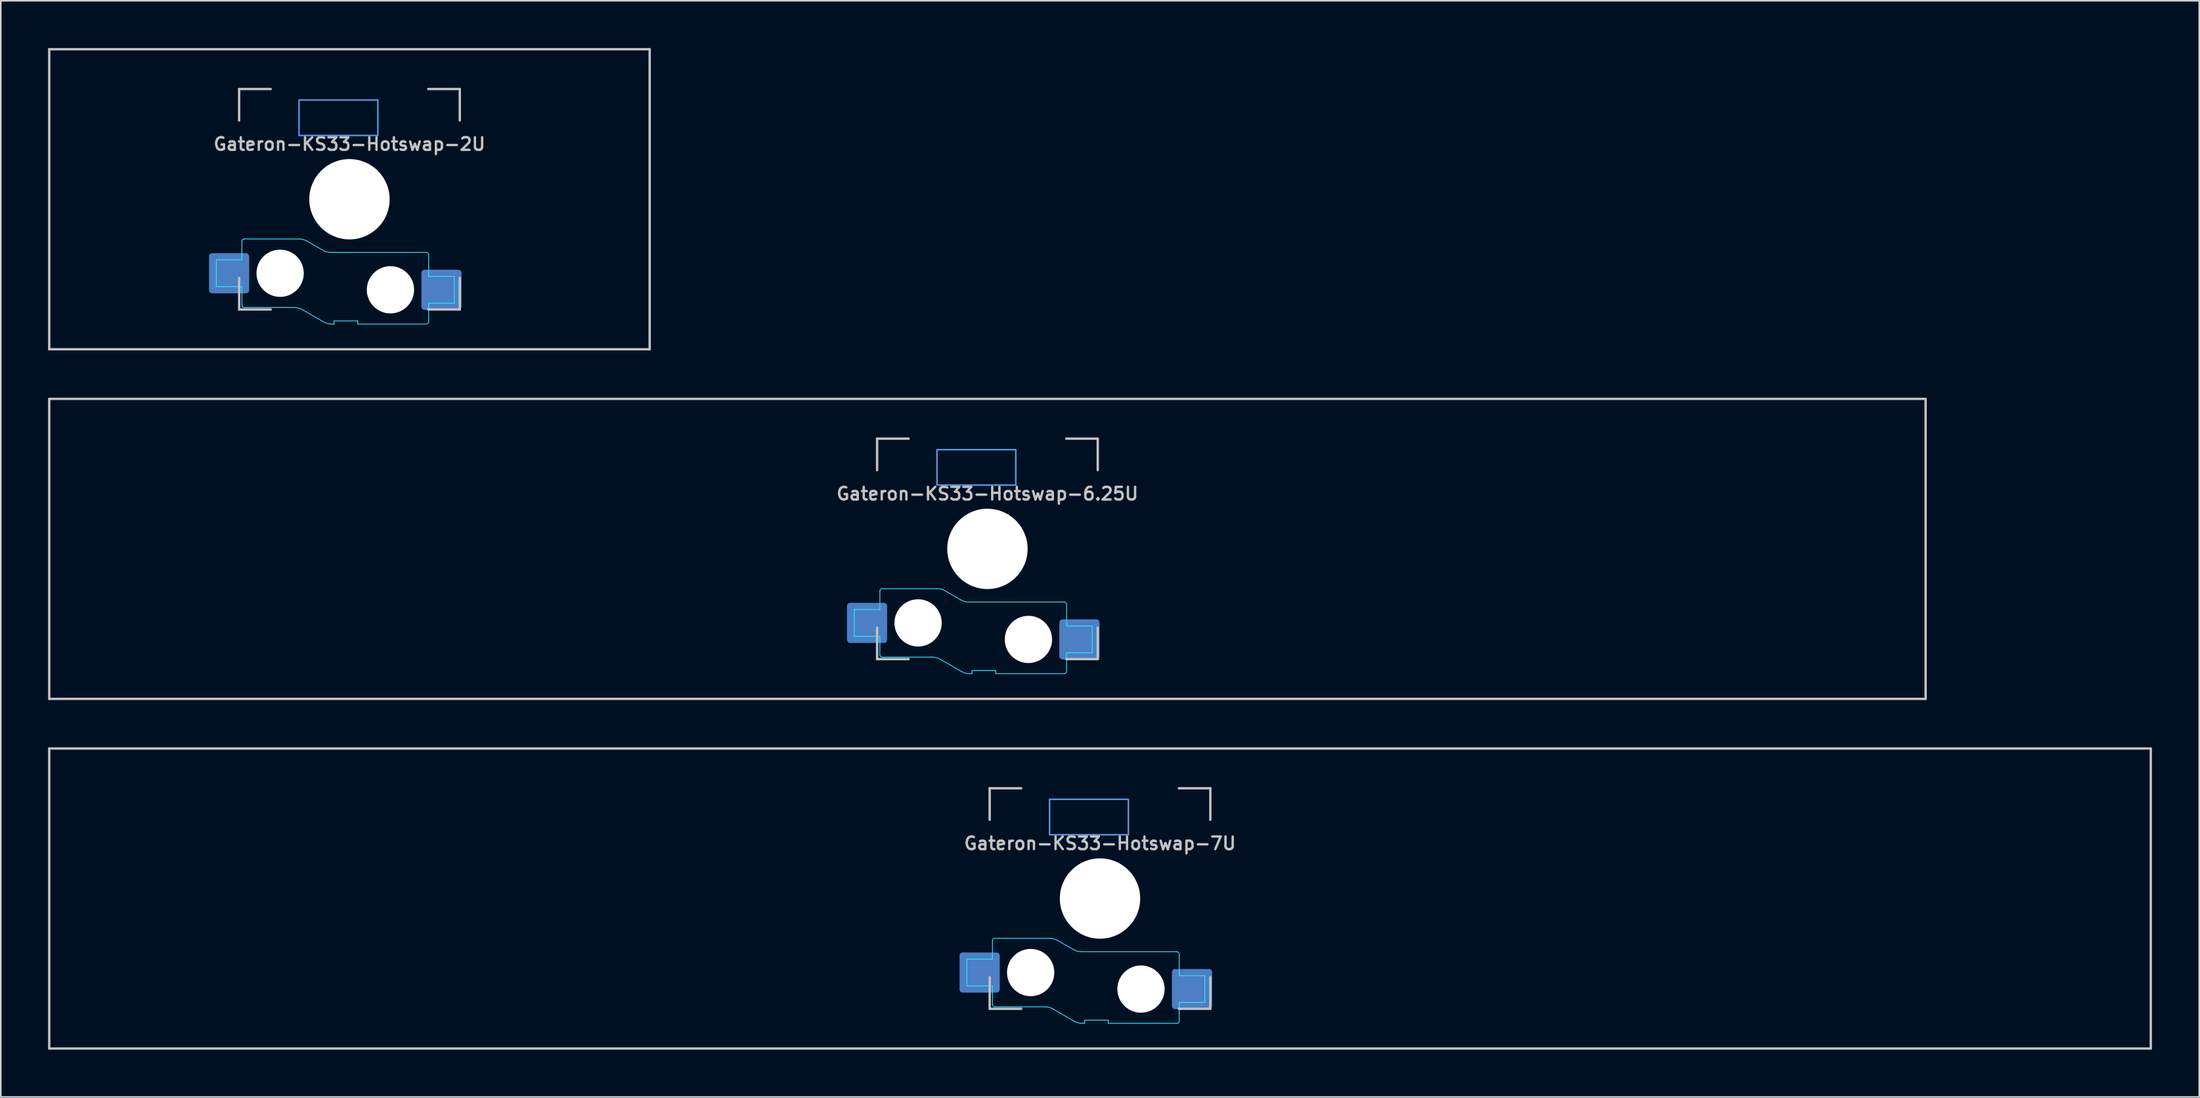
<source format=kicad_pcb>
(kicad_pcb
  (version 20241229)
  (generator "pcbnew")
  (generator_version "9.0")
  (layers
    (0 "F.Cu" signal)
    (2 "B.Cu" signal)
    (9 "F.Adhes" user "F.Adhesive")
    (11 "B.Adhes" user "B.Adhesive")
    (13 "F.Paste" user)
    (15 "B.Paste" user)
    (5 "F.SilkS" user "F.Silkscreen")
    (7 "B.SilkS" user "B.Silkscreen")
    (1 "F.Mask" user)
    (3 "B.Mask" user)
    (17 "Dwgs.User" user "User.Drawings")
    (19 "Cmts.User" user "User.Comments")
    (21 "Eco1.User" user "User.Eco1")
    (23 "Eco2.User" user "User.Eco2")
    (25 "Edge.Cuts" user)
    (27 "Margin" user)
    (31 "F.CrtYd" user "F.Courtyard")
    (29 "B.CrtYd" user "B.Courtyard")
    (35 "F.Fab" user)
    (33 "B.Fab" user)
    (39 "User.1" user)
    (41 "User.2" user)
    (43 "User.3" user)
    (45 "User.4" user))
  (footprint "Gateron-KS33-Hotswap-7U"
    (layer "F.Cu")
    (at 66.75 54)
    (property "Reference" "Gateron-KS33-Hotswap-7U" (at 0 -3.5 0) (layer "Dwgs.User") (effects (font (size 0.8 0.8) (thickness 0.15))))
    (attr smd)
    (fp_line (start -66.675 9.525) (end -66.675 -9.525) (stroke (width 0.15) (type solid)) (layer "Dwgs.User"))
    (fp_line (start -7 -7) (end -7 -5) (stroke (width 0.15) (type solid)) (layer "Dwgs.User"))
    (fp_line (start -7 5) (end -7 7) (stroke (width 0.15) (type solid)) (layer "Dwgs.User"))
    (fp_line (start -7 7) (end -5 7) (stroke (width 0.15) (type solid)) (layer "Dwgs.User"))
    (fp_line (start -5 -7) (end -7 -7) (stroke (width 0.15) (type solid)) (layer "Dwgs.User"))
    (fp_line (start 5 -7) (end 7 -7) (stroke (width 0.15) (type solid)) (layer "Dwgs.User"))
    (fp_line (start 5 7) (end 7 7) (stroke (width 0.15) (type solid)) (layer "Dwgs.User"))
    (fp_line (start 7 -7) (end 7 -5) (stroke (width 0.15) (type solid)) (layer "Dwgs.User"))
    (fp_line (start 7 7) (end 7 5) (stroke (width 0.15) (type solid)) (layer "Dwgs.User"))
    (fp_line (start 66.675 -9.525) (end -66.675 -9.525) (stroke (width 0.15) (type solid)) (layer "Dwgs.User"))
    (fp_line (start 66.675 9.525) (end -66.675 9.525) (stroke (width 0.15) (type solid)) (layer "Dwgs.User"))
    (fp_line (start 66.675 9.525) (end 66.675 -9.525) (stroke (width 0.15) (type solid)) (layer "Dwgs.User"))
    (fp_rect (start -3.2 -6.3) (end 1.8 -4.05) (stroke (width 0.1) (type default)) (fill no) (layer "Cmts.User"))
    (fp_line (start -8.45 3.85) (end -8.45 5.55) (stroke (width 0.05) (type solid)) (layer "B.CrtYd"))
    (fp_line (start -8.45 5.55) (end -6.825 5.55) (stroke (width 0.05) (type solid)) (layer "B.CrtYd"))
    (fp_line (start -6.825 2.675) (end -6.825 3.85) (stroke (width 0.05) (type solid)) (layer "B.CrtYd"))
    (fp_line (start -6.825 3.85) (end -8.45 3.85) (stroke (width 0.05) (type solid)) (layer "B.CrtYd"))
    (fp_line (start -6.825 5.55) (end -6.825 6.725) (stroke (width 0.05) (type solid)) (layer "B.CrtYd"))
    (fp_line (start -6.675 6.875) (end -3.493 6.875) (stroke (width 0.05) (type solid)) (layer "B.CrtYd"))
    (fp_line (start -3.193 2.525) (end -6.675 2.525) (stroke (width 0.05) (type solid)) (layer "B.CrtYd"))
    (fp_line (start -2.993 7.009) (end -1.638 7.791) (stroke (width 0.05) (type solid)) (layer "B.CrtYd"))
    (fp_line (start -1.685 3.241) (end -2.693 2.659) (stroke (width 0.05) (type solid)) (layer "B.CrtYd"))
    (fp_line (start -1.138 7.925) (end -0.975 7.925) (stroke (width 0.05) (type solid)) (layer "B.CrtYd"))
    (fp_line (start -0.975 7.725) (end 0.525 7.725) (stroke (width 0.05) (type solid)) (layer "B.CrtYd"))
    (fp_line (start -0.975 7.925) (end -0.975 7.725) (stroke (width 0.05) (type solid)) (layer "B.CrtYd"))
    (fp_line (start 0.525 7.725) (end 0.525 7.925) (stroke (width 0.05) (type solid)) (layer "B.CrtYd"))
    (fp_line (start 0.525 7.925) (end 4.875 7.925) (stroke (width 0.05) (type solid)) (layer "B.CrtYd"))
    (fp_line (start 4.875 3.375) (end -1.185 3.375) (stroke (width 0.05) (type solid)) (layer "B.CrtYd"))
    (fp_line (start 5.025 4.9) (end 5.025 3.525) (stroke (width 0.05) (type solid)) (layer "B.CrtYd"))
    (fp_line (start 5.025 6.6) (end 6.65 6.6) (stroke (width 0.05) (type solid)) (layer "B.CrtYd"))
    (fp_line (start 5.025 7.775) (end 5.025 6.6) (stroke (width 0.05) (type solid)) (layer "B.CrtYd"))
    (fp_line (start 6.65 4.9) (end 5.025 4.9) (stroke (width 0.05) (type solid)) (layer "B.CrtYd"))
    (fp_line (start 6.65 6.6) (end 6.65 4.9) (stroke (width 0.05) (type solid)) (layer "B.CrtYd"))
    (fp_arc (start -6.825 2.675) (mid -6.781066 2.568934) (end -6.675 2.525) (stroke (width 0.05) (type solid)) (layer "B.CrtYd"))
    (fp_arc (start -6.675 6.875) (mid -6.781066 6.831066) (end -6.825 6.725) (stroke (width 0.05) (type solid)) (layer "B.CrtYd"))
    (fp_arc (start -3.492949 6.875) (mid -3.23413 6.909074) (end -2.992949 7.008975) (stroke (width 0.05) (type solid)) (layer "B.CrtYd"))
    (fp_arc (start -3.192949 2.525) (mid -2.93413 2.559074) (end -2.692949 2.658975) (stroke (width 0.05) (type solid)) (layer "B.CrtYd"))
    (fp_arc (start -1.184808 3.375) (mid -1.443627 3.340926) (end -1.684808 3.241025) (stroke (width 0.05) (type solid)) (layer "B.CrtYd"))
    (fp_arc (start -1.138397 7.925) (mid -1.397216 7.890926) (end -1.638397 7.791025) (stroke (width 0.05) (type solid)) (layer "B.CrtYd"))
    (fp_arc (start 4.875 3.375) (mid 4.981066 3.418934) (end 5.025 3.525) (stroke (width 0.05) (type solid)) (layer "B.CrtYd"))
    (fp_arc (start 5.025 7.775) (mid 4.981066 7.881066) (end 4.875 7.925) (stroke (width 0.05) (type solid)) (layer "B.CrtYd"))
    (pad "" np_thru_hole circle (at -4.4 4.7 180) (size 3 3) (drill 3) (layers "*.Cu" "*.Mask"))
    (pad "" np_thru_hole circle (at 0 0 180) (size 5.1 5.1) (drill 5.1) (layers "*.Cu" "*.Mask"))
    (pad "" np_thru_hole circle (at 2.6 5.75 180) (size 3 3) (drill 3) (layers "*.Cu" "*.Mask"))
    (pad "1" smd roundrect (at -7.638 4.7 180) (size 2.55 2.55) (layers "B.Cu" "B.Mask" "B.Paste") (roundrect_rratio 0.078))
    (pad "2" smd roundrect (at 5.838 5.75 180) (size 2.55 2.55) (layers "B.Cu" "B.Mask" "B.Paste") (roundrect_rratio 0.078)))
  (footprint "Gateron-KS33-Hotswap-6.25U"
    (layer "F.Cu")
    (at 59.606 31.8)
    (property "Reference" "Gateron-KS33-Hotswap-6.25U" (at 0 -3.5 0) (layer "Dwgs.User") (effects (font (size 0.8 0.8) (thickness 0.15))))
    (attr smd)
    (fp_line (start -59.531 9.525) (end -59.531 -9.525) (stroke (width 0.15) (type solid)) (layer "Dwgs.User"))
    (fp_line (start -7 -7) (end -7 -5) (stroke (width 0.15) (type solid)) (layer "Dwgs.User"))
    (fp_line (start -7 5) (end -7 7) (stroke (width 0.15) (type solid)) (layer "Dwgs.User"))
    (fp_line (start -7 7) (end -5 7) (stroke (width 0.15) (type solid)) (layer "Dwgs.User"))
    (fp_line (start -5 -7) (end -7 -7) (stroke (width 0.15) (type solid)) (layer "Dwgs.User"))
    (fp_line (start 5 -7) (end 7 -7) (stroke (width 0.15) (type solid)) (layer "Dwgs.User"))
    (fp_line (start 5 7) (end 7 7) (stroke (width 0.15) (type solid)) (layer "Dwgs.User"))
    (fp_line (start 7 -7) (end 7 -5) (stroke (width 0.15) (type solid)) (layer "Dwgs.User"))
    (fp_line (start 7 7) (end 7 5) (stroke (width 0.15) (type solid)) (layer "Dwgs.User"))
    (fp_line (start 59.531 -9.525) (end -59.531 -9.525) (stroke (width 0.15) (type solid)) (layer "Dwgs.User"))
    (fp_line (start 59.531 9.525) (end -59.531 9.525) (stroke (width 0.15) (type solid)) (layer "Dwgs.User"))
    (fp_line (start 59.531 9.525) (end 59.531 -9.525) (stroke (width 0.15) (type solid)) (layer "Dwgs.User"))
    (fp_rect (start -3.2 -6.3) (end 1.8 -4.05) (stroke (width 0.1) (type default)) (fill no) (layer "Cmts.User"))
    (fp_line (start -8.45 3.85) (end -8.45 5.55) (stroke (width 0.05) (type solid)) (layer "B.CrtYd"))
    (fp_line (start -8.45 5.55) (end -6.825 5.55) (stroke (width 0.05) (type solid)) (layer "B.CrtYd"))
    (fp_line (start -6.825 2.675) (end -6.825 3.85) (stroke (width 0.05) (type solid)) (layer "B.CrtYd"))
    (fp_line (start -6.825 3.85) (end -8.45 3.85) (stroke (width 0.05) (type solid)) (layer "B.CrtYd"))
    (fp_line (start -6.825 5.55) (end -6.825 6.725) (stroke (width 0.05) (type solid)) (layer "B.CrtYd"))
    (fp_line (start -6.675 6.875) (end -3.493 6.875) (stroke (width 0.05) (type solid)) (layer "B.CrtYd"))
    (fp_line (start -3.193 2.525) (end -6.675 2.525) (stroke (width 0.05) (type solid)) (layer "B.CrtYd"))
    (fp_line (start -2.993 7.009) (end -1.638 7.791) (stroke (width 0.05) (type solid)) (layer "B.CrtYd"))
    (fp_line (start -1.685 3.241) (end -2.693 2.659) (stroke (width 0.05) (type solid)) (layer "B.CrtYd"))
    (fp_line (start -1.138 7.925) (end -0.975 7.925) (stroke (width 0.05) (type solid)) (layer "B.CrtYd"))
    (fp_line (start -0.975 7.725) (end 0.525 7.725) (stroke (width 0.05) (type solid)) (layer "B.CrtYd"))
    (fp_line (start -0.975 7.925) (end -0.975 7.725) (stroke (width 0.05) (type solid)) (layer "B.CrtYd"))
    (fp_line (start 0.525 7.725) (end 0.525 7.925) (stroke (width 0.05) (type solid)) (layer "B.CrtYd"))
    (fp_line (start 0.525 7.925) (end 4.875 7.925) (stroke (width 0.05) (type solid)) (layer "B.CrtYd"))
    (fp_line (start 4.875 3.375) (end -1.185 3.375) (stroke (width 0.05) (type solid)) (layer "B.CrtYd"))
    (fp_line (start 5.025 4.9) (end 5.025 3.525) (stroke (width 0.05) (type solid)) (layer "B.CrtYd"))
    (fp_line (start 5.025 6.6) (end 6.65 6.6) (stroke (width 0.05) (type solid)) (layer "B.CrtYd"))
    (fp_line (start 5.025 7.775) (end 5.025 6.6) (stroke (width 0.05) (type solid)) (layer "B.CrtYd"))
    (fp_line (start 6.65 4.9) (end 5.025 4.9) (stroke (width 0.05) (type solid)) (layer "B.CrtYd"))
    (fp_line (start 6.65 6.6) (end 6.65 4.9) (stroke (width 0.05) (type solid)) (layer "B.CrtYd"))
    (fp_arc (start -6.825 2.675) (mid -6.781066 2.568934) (end -6.675 2.525) (stroke (width 0.05) (type solid)) (layer "B.CrtYd"))
    (fp_arc (start -6.675 6.875) (mid -6.781066 6.831066) (end -6.825 6.725) (stroke (width 0.05) (type solid)) (layer "B.CrtYd"))
    (fp_arc (start -3.492949 6.875) (mid -3.23413 6.909074) (end -2.992949 7.008975) (stroke (width 0.05) (type solid)) (layer "B.CrtYd"))
    (fp_arc (start -3.192949 2.525) (mid -2.93413 2.559074) (end -2.692949 2.658975) (stroke (width 0.05) (type solid)) (layer "B.CrtYd"))
    (fp_arc (start -1.184808 3.375) (mid -1.443627 3.340926) (end -1.684808 3.241025) (stroke (width 0.05) (type solid)) (layer "B.CrtYd"))
    (fp_arc (start -1.138397 7.925) (mid -1.397216 7.890926) (end -1.638397 7.791025) (stroke (width 0.05) (type solid)) (layer "B.CrtYd"))
    (fp_arc (start 4.875 3.375) (mid 4.981066 3.418934) (end 5.025 3.525) (stroke (width 0.05) (type solid)) (layer "B.CrtYd"))
    (fp_arc (start 5.025 7.775) (mid 4.981066 7.881066) (end 4.875 7.925) (stroke (width 0.05) (type solid)) (layer "B.CrtYd"))
    (pad "" np_thru_hole circle (at -4.4 4.7 180) (size 3 3) (drill 3) (layers "*.Cu" "*.Mask"))
    (pad "" np_thru_hole circle (at 0 0 180) (size 5.1 5.1) (drill 5.1) (layers "*.Cu" "*.Mask"))
    (pad "" np_thru_hole circle (at 2.6 5.75 180) (size 3 3) (drill 3) (layers "*.Cu" "*.Mask"))
    (pad "1" smd roundrect (at -7.638 4.7 180) (size 2.55 2.55) (layers "B.Cu" "B.Mask" "B.Paste") (roundrect_rratio 0.078))
    (pad "2" smd roundrect (at 5.838 5.75 180) (size 2.55 2.55) (layers "B.Cu" "B.Mask" "B.Paste") (roundrect_rratio 0.078)))
  (footprint "Gateron-KS33-Hotswap-2U"
    (layer "F.Cu")
    (at 19.125 9.6)
    (property "Reference" "Gateron-KS33-Hotswap-2U" (at 0 -3.5 0) (layer "Dwgs.User") (effects (font (size 0.8 0.8) (thickness 0.15))))
    (attr smd)
    (fp_line (start -19.05 9.525) (end -19.05 -9.525) (stroke (width 0.15) (type solid)) (layer "Dwgs.User"))
    (fp_line (start -7 -7) (end -7 -5) (stroke (width 0.15) (type solid)) (layer "Dwgs.User"))
    (fp_line (start -7 5) (end -7 7) (stroke (width 0.15) (type solid)) (layer "Dwgs.User"))
    (fp_line (start -7 7) (end -5 7) (stroke (width 0.15) (type solid)) (layer "Dwgs.User"))
    (fp_line (start -5 -7) (end -7 -7) (stroke (width 0.15) (type solid)) (layer "Dwgs.User"))
    (fp_line (start 5 -7) (end 7 -7) (stroke (width 0.15) (type solid)) (layer "Dwgs.User"))
    (fp_line (start 5 7) (end 7 7) (stroke (width 0.15) (type solid)) (layer "Dwgs.User"))
    (fp_line (start 7 -7) (end 7 -5) (stroke (width 0.15) (type solid)) (layer "Dwgs.User"))
    (fp_line (start 7 7) (end 7 5) (stroke (width 0.15) (type solid)) (layer "Dwgs.User"))
    (fp_line (start 19.05 -9.525) (end -19.05 -9.525) (stroke (width 0.15) (type solid)) (layer "Dwgs.User"))
    (fp_line (start 19.05 9.525) (end -19.05 9.525) (stroke (width 0.15) (type solid)) (layer "Dwgs.User"))
    (fp_line (start 19.05 9.525) (end 19.05 -9.525) (stroke (width 0.15) (type solid)) (layer "Dwgs.User"))
    (fp_rect (start -3.2 -6.3) (end 1.8 -4.05) (stroke (width 0.1) (type default)) (fill no) (layer "Cmts.User"))
    (fp_line (start -8.45 3.85) (end -8.45 5.55) (stroke (width 0.05) (type solid)) (layer "B.CrtYd"))
    (fp_line (start -8.45 5.55) (end -6.825 5.55) (stroke (width 0.05) (type solid)) (layer "B.CrtYd"))
    (fp_line (start -6.825 2.675) (end -6.825 3.85) (stroke (width 0.05) (type solid)) (layer "B.CrtYd"))
    (fp_line (start -6.825 3.85) (end -8.45 3.85) (stroke (width 0.05) (type solid)) (layer "B.CrtYd"))
    (fp_line (start -6.825 5.55) (end -6.825 6.725) (stroke (width 0.05) (type solid)) (layer "B.CrtYd"))
    (fp_line (start -6.675 6.875) (end -3.493 6.875) (stroke (width 0.05) (type solid)) (layer "B.CrtYd"))
    (fp_line (start -3.193 2.525) (end -6.675 2.525) (stroke (width 0.05) (type solid)) (layer "B.CrtYd"))
    (fp_line (start -2.993 7.009) (end -1.638 7.791) (stroke (width 0.05) (type solid)) (layer "B.CrtYd"))
    (fp_line (start -1.685 3.241) (end -2.693 2.659) (stroke (width 0.05) (type solid)) (layer "B.CrtYd"))
    (fp_line (start -1.138 7.925) (end -0.975 7.925) (stroke (width 0.05) (type solid)) (layer "B.CrtYd"))
    (fp_line (start -0.975 7.725) (end 0.525 7.725) (stroke (width 0.05) (type solid)) (layer "B.CrtYd"))
    (fp_line (start -0.975 7.925) (end -0.975 7.725) (stroke (width 0.05) (type solid)) (layer "B.CrtYd"))
    (fp_line (start 0.525 7.725) (end 0.525 7.925) (stroke (width 0.05) (type solid)) (layer "B.CrtYd"))
    (fp_line (start 0.525 7.925) (end 4.875 7.925) (stroke (width 0.05) (type solid)) (layer "B.CrtYd"))
    (fp_line (start 4.875 3.375) (end -1.185 3.375) (stroke (width 0.05) (type solid)) (layer "B.CrtYd"))
    (fp_line (start 5.025 4.9) (end 5.025 3.525) (stroke (width 0.05) (type solid)) (layer "B.CrtYd"))
    (fp_line (start 5.025 6.6) (end 6.65 6.6) (stroke (width 0.05) (type solid)) (layer "B.CrtYd"))
    (fp_line (start 5.025 7.775) (end 5.025 6.6) (stroke (width 0.05) (type solid)) (layer "B.CrtYd"))
    (fp_line (start 6.65 4.9) (end 5.025 4.9) (stroke (width 0.05) (type solid)) (layer "B.CrtYd"))
    (fp_line (start 6.65 6.6) (end 6.65 4.9) (stroke (width 0.05) (type solid)) (layer "B.CrtYd"))
    (fp_arc (start -6.825 2.675) (mid -6.781066 2.568934) (end -6.675 2.525) (stroke (width 0.05) (type solid)) (layer "B.CrtYd"))
    (fp_arc (start -6.675 6.875) (mid -6.781066 6.831066) (end -6.825 6.725) (stroke (width 0.05) (type solid)) (layer "B.CrtYd"))
    (fp_arc (start -3.492949 6.875) (mid -3.23413 6.909074) (end -2.992949 7.008975) (stroke (width 0.05) (type solid)) (layer "B.CrtYd"))
    (fp_arc (start -3.192949 2.525) (mid -2.93413 2.559074) (end -2.692949 2.658975) (stroke (width 0.05) (type solid)) (layer "B.CrtYd"))
    (fp_arc (start -1.184808 3.375) (mid -1.443627 3.340926) (end -1.684808 3.241025) (stroke (width 0.05) (type solid)) (layer "B.CrtYd"))
    (fp_arc (start -1.138397 7.925) (mid -1.397216 7.890926) (end -1.638397 7.791025) (stroke (width 0.05) (type solid)) (layer "B.CrtYd"))
    (fp_arc (start 4.875 3.375) (mid 4.981066 3.418934) (end 5.025 3.525) (stroke (width 0.05) (type solid)) (layer "B.CrtYd"))
    (fp_arc (start 5.025 7.775) (mid 4.981066 7.881066) (end 4.875 7.925) (stroke (width 0.05) (type solid)) (layer "B.CrtYd"))
    (pad "" np_thru_hole circle (at -4.4 4.7 180) (size 3 3) (drill 3) (layers "*.Cu" "*.Mask"))
    (pad "" np_thru_hole circle (at 0 0 180) (size 5.1 5.1) (drill 5.1) (layers "*.Cu" "*.Mask"))
    (pad "" np_thru_hole circle (at 2.6 5.75 180) (size 3 3) (drill 3) (layers "*.Cu" "*.Mask"))
    (pad "1" smd roundrect (at -7.638 4.7 180) (size 2.55 2.55) (layers "B.Cu" "B.Mask" "B.Paste") (roundrect_rratio 0.078))
    (pad "2" smd roundrect (at 5.838 5.75 180) (size 2.55 2.55) (layers "B.Cu" "B.Mask" "B.Paste") (roundrect_rratio 0.078)))
  (gr_rect
    (start -3 -3)
    (end 136.5 66.6)
    (stroke (width 0.1) (type default))
    (fill no)
    (layer "Edge.Cuts")))
</source>
